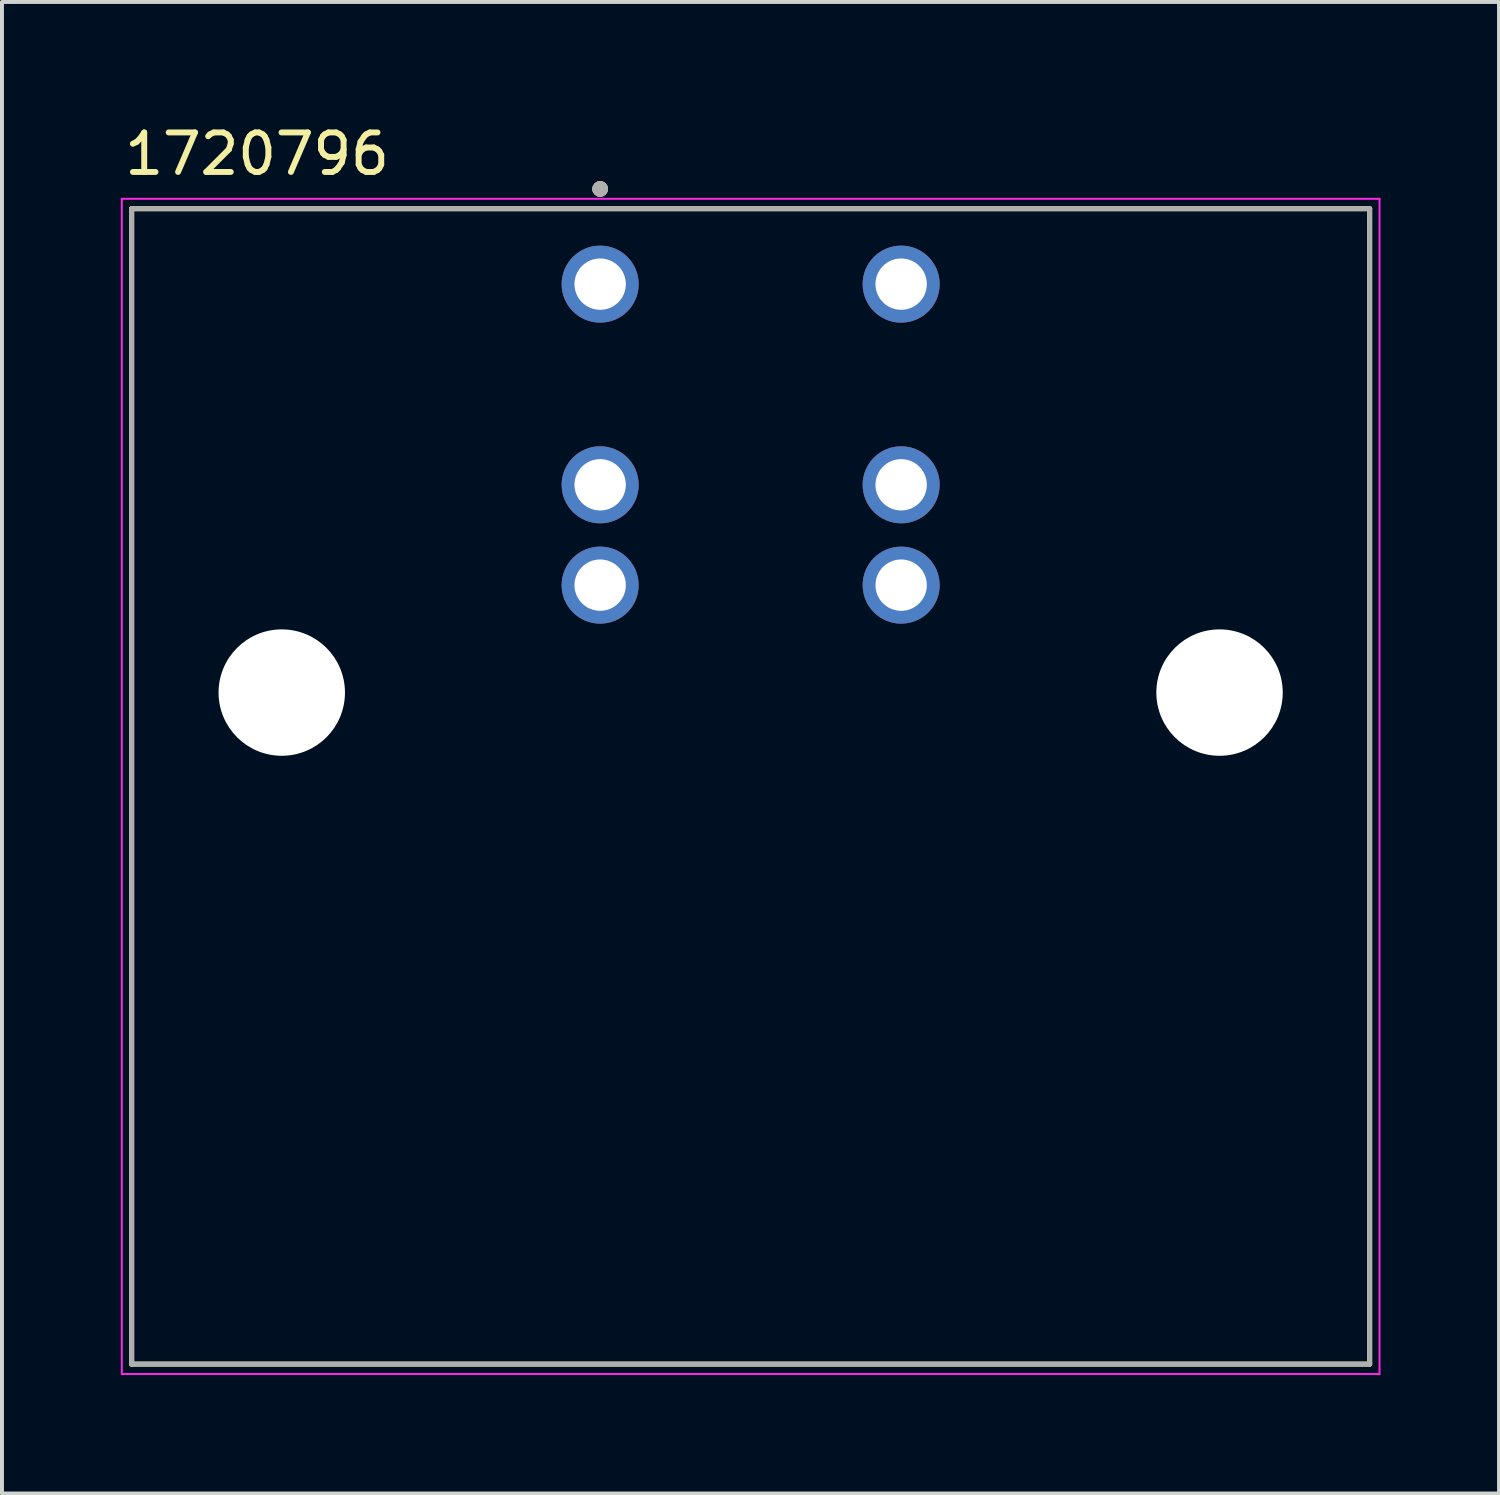
<source format=kicad_pcb>
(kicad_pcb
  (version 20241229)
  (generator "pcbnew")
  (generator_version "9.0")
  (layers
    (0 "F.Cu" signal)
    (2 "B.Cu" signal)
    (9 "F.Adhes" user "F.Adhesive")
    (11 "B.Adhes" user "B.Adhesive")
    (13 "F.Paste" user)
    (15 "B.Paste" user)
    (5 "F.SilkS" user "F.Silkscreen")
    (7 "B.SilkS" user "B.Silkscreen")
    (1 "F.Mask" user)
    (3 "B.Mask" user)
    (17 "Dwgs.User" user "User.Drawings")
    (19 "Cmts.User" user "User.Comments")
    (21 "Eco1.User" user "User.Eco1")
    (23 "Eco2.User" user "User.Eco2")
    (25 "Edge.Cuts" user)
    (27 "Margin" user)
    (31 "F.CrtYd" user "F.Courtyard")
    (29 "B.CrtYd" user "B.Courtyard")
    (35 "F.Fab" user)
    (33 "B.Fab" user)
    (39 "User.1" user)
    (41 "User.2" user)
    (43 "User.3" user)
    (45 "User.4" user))
  (footprint "1720796"
    (layer "F.Cu")
    (at 0.283 31.483)
    (property "Reference" "1720796" (at 3.175 -30.635 0) (layer "F.SilkS") (effects (font (size 1 1) (thickness 0.15))))
    (attr through_hole)
    (fp_line (start 0 -29.25) (end 0 0) (stroke (width 0.127) (type solid)) (layer "F.SilkS"))
    (fp_line (start 0 0) (end 31.34 0) (stroke (width 0.127) (type solid)) (layer "F.SilkS"))
    (fp_line (start 31.34 -29.25) (end 0 -29.25) (stroke (width 0.127) (type solid)) (layer "F.SilkS"))
    (fp_line (start 31.34 0) (end 31.34 -29.25) (stroke (width 0.127) (type solid)) (layer "F.SilkS"))
    (fp_circle (center 11.86 -29.75) (end 11.96 -29.75) (stroke (width 0.2) (type solid)) (fill no) (layer "F.SilkS"))
    (fp_line (start -0.25 -29.5) (end -0.25 0.25) (stroke (width 0.05) (type solid)) (layer "F.CrtYd"))
    (fp_line (start -0.25 0.25) (end 31.59 0.25) (stroke (width 0.05) (type solid)) (layer "F.CrtYd"))
    (fp_line (start 31.59 -29.5) (end -0.25 -29.5) (stroke (width 0.05) (type solid)) (layer "F.CrtYd"))
    (fp_line (start 31.59 0.25) (end 31.59 -29.5) (stroke (width 0.05) (type solid)) (layer "F.CrtYd"))
    (fp_line (start 0 -29.25) (end 0 0) (stroke (width 0.127) (type solid)) (layer "F.Fab"))
    (fp_line (start 0 0) (end 31.34 0) (stroke (width 0.127) (type solid)) (layer "F.Fab"))
    (fp_line (start 31.34 -29.25) (end 0 -29.25) (stroke (width 0.127) (type solid)) (layer "F.Fab"))
    (fp_line (start 31.34 0) (end 31.34 -29.25) (stroke (width 0.127) (type solid)) (layer "F.Fab"))
    (fp_circle (center 11.86 -29.75) (end 11.96 -29.75) (stroke (width 0.2) (type solid)) (fill no) (layer "F.Fab"))
    (pad "" np_thru_hole circle (at 3.8 -17) (size 3.2 3.2) (drill 3.2) (layers "*.Cu" "*.Mask"))
    (pad "" np_thru_hole circle (at 27.54 -17) (size 3.2 3.2) (drill 3.2) (layers "*.Cu" "*.Mask"))
    (pad "1_1" thru_hole circle (at 11.86 -27.34) (size 1.95 1.95) (drill 1.3) (layers "*.Cu" "*.Mask"))
    (pad "1_2" thru_hole circle (at 11.86 -22.26) (size 1.95 1.95) (drill 1.3) (layers "*.Cu" "*.Mask"))
    (pad "1_3" thru_hole circle (at 11.86 -19.72) (size 1.95 1.95) (drill 1.3) (layers "*.Cu" "*.Mask"))
    (pad "2_1" thru_hole circle (at 19.48 -27.34) (size 1.95 1.95) (drill 1.3) (layers "*.Cu" "*.Mask"))
    (pad "2_2" thru_hole circle (at 19.48 -22.26) (size 1.95 1.95) (drill 1.3) (layers "*.Cu" "*.Mask"))
    (pad "2_3" thru_hole circle (at 19.48 -19.72) (size 1.95 1.95) (drill 1.3) (layers "*.Cu" "*.Mask")))
  (gr_rect
    (start -3 -3)
    (end 34.898 34.758)
    (stroke (width 0.1) (type default))
    (fill no)
    (layer "Edge.Cuts")))
</source>
